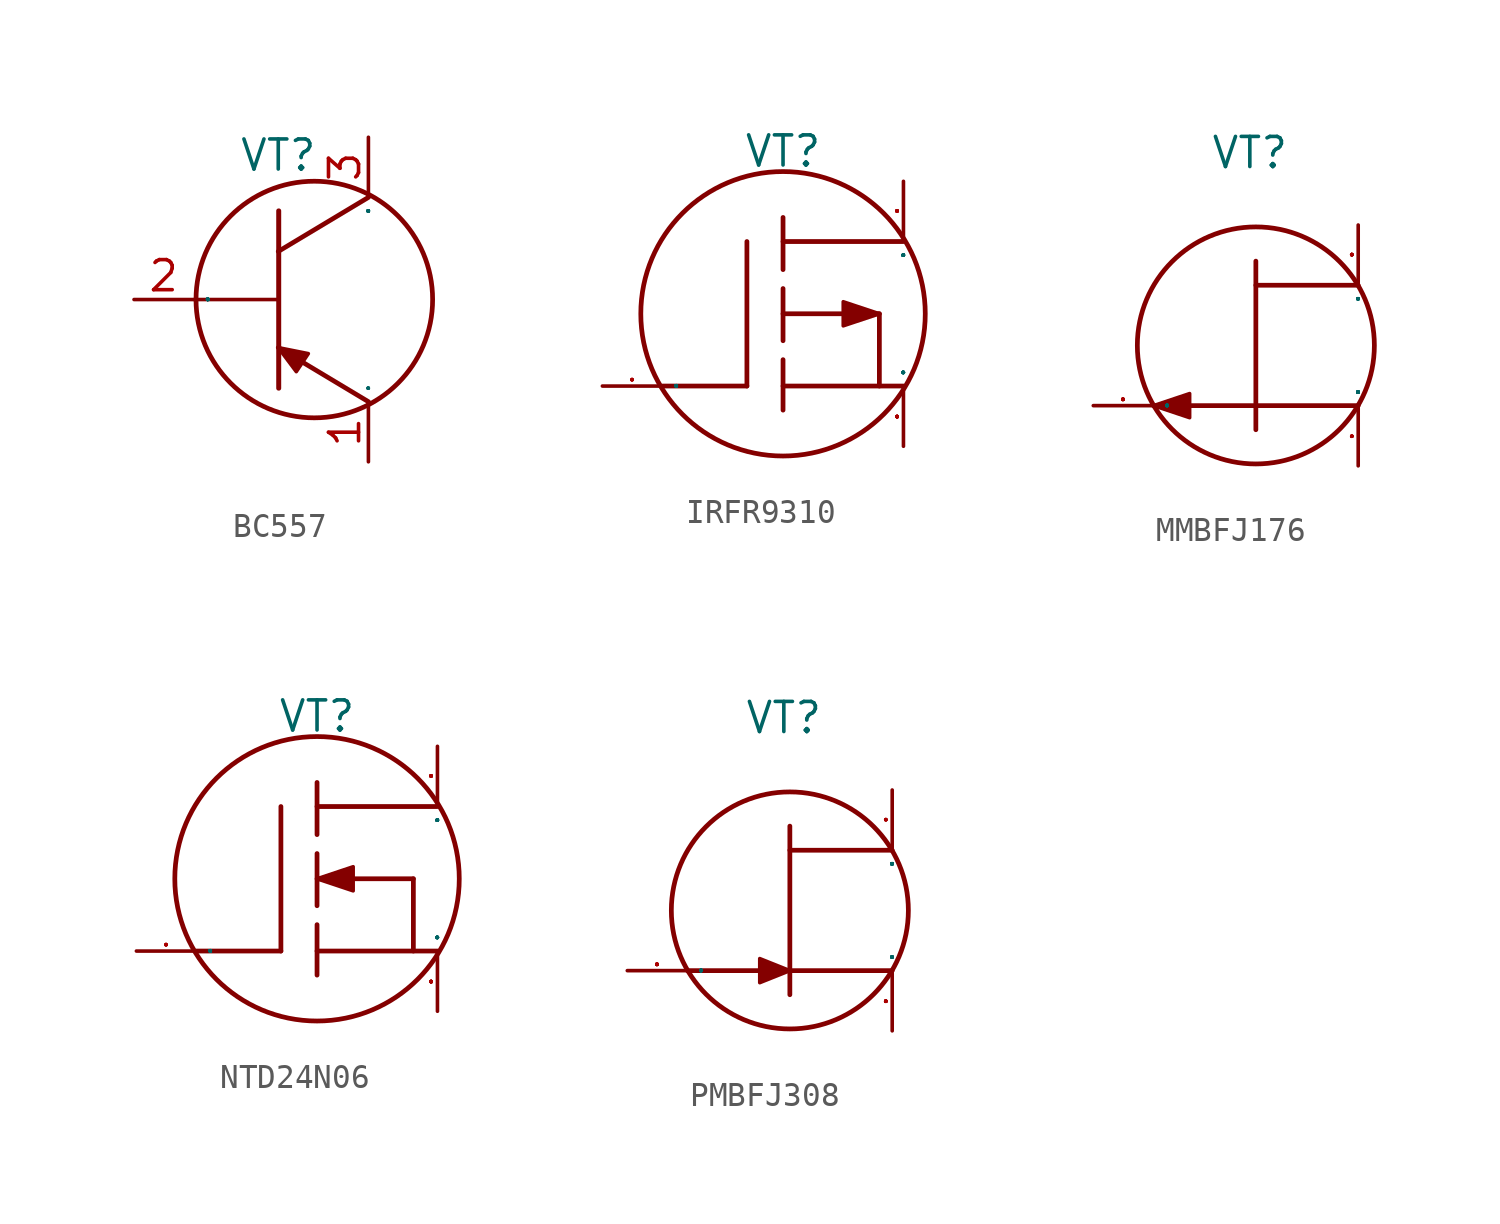
<source format=kicad_sym>
(kicad_symbol_lib
  (version 20231120)
  (generator "kicad_symbol_editor")
  (generator_version "8.0")
  (symbol "BC557"
    (property "Reference" "VT"
      (at -1.524 6.096 0)
      (effects (font (size 1.27 1.27))))
    (symbol "BC557_0_1"
      (rectangle (start -1.51 3.75) (end -1.5 -3.75) (stroke (width 0.2) (type default)) (fill (type none)))
      (polyline (pts (xy -5.08 0) (xy -1.524 0)) (stroke (width 0) (type default)) (fill (type none)))
      (polyline (pts (xy 2.286 -4.318) (xy -1.524 -2.032)) (stroke (width 0.2) (type default)) (fill (type none)))
      (polyline (pts (xy 2.286 4.318) (xy -1.524 2.032)) (stroke (width 0.2) (type default)) (fill (type none)))
      (polyline (pts (xy -1.524 -2.032) (xy -0.254 -2.286) (xy -0.762 -3.048) (xy -1.524 -2.032)) (stroke (width 0) (type default)) (fill (type outline)))
      (circle (center 0 0) (radius 5) (stroke (width 0.2) (type default)) (fill (type none))))
    (symbol "BC557_1_1"
      (pin passive line (at 2.286 -6.858 90) (length 2.5) (name "E" (effects (font (size 0.01 0.01)))) (number "1" (effects (font (size 1.27 1.27)))))
      (pin input line (at -7.62 0 0) (length 2.5) (name "B" (effects (font (size 0.01 0.01)))) (number "2" (effects (font (size 1.27 1.27)))))
      (pin passive line (at 2.286 6.858 270) (length 2.5) (name "C" (effects (font (size 0.01 0.01)))) (number "3" (effects (font (size 1.27 1.27)))))))
  (symbol "IRFR9310"
    (property "Reference" "VT"
      (at 0 6.858 0)
      (effects (font (size 1.27 1.27))))
    (symbol "IRFR9310_0_1"
      (polyline (pts (xy -1.524 -3.048) (xy -5.08 -3.048)) (stroke (width 0.2) (type default)) (fill (type none)))
      (polyline (pts (xy -1.524 3.048) (xy -1.524 -3.048)) (stroke (width 0.2) (type default)) (fill (type none)))
      (polyline (pts (xy 0 4.064) (xy 0 -4.064)) (stroke (width 0.2) (type dash)) (fill (type none)))
      (polyline (pts (xy 4.064 0) (xy 0 0)) (stroke (width 0.2) (type default)) (fill (type none)))
      (polyline (pts (xy 4.064 0) (xy 4.064 -3.048)) (stroke (width 0.2) (type default)) (fill (type none)))
      (polyline (pts (xy 5.08 -3.048) (xy 0 -3.048)) (stroke (width 0.2) (type default)) (fill (type none)))
      (polyline (pts (xy 5.08 3.048) (xy 0 3.048)) (stroke (width 0.2) (type default)) (fill (type none)))
      (polyline (pts (xy 4.064 0) (xy 2.54 0.508) (xy 2.54 -0.508) (xy 4.064 0)) (stroke (width 0) (type default)) (fill (type outline)))
      (circle (center 0 0) (radius 6) (stroke (width 0.2) (type default)) (fill (type none))))
    (symbol "IRFR9310_1_1"
      (pin passive line (at -7.62 -3.048 0) (length 2.5) (name "G" (effects (font (size 0.01 0.01)))) (number "1" (effects (font (size 0.01 0.01)))))
      (pin passive line (at 5.08 5.588 270) (length 2.5) (name "S" (effects (font (size 0.01 0.01)))) (number "2" (effects (font (size 0.01 0.01)))))
      (pin passive line (at 5.08 -5.588 90) (length 2.5) (name "D" (effects (font (size 0.01 0.01)))) (number "3" (effects (font (size 0.01 0.01)))))))
  (symbol "MMBFJ176"
    (property "Reference" "VT"
      (at -0.254 8.128 0)
      (effects (font (size 1.27 1.27))))
    (symbol "MMBFJ176_0_1"
      (polyline (pts (xy 0 3.556) (xy 0 -3.556)) (stroke (width 0.2) (type default)) (fill (type none)))
      (polyline (pts (xy 4.318 -2.54) (xy -4.318 -2.54)) (stroke (width 0.2) (type default)) (fill (type none)))
      (polyline (pts (xy 4.318 2.54) (xy 0 2.54)) (stroke (width 0.2) (type default)) (fill (type none)))
      (polyline (pts (xy -4.318 -2.54) (xy -2.794 -2.032) (xy -2.794 -3.048) (xy -4.318 -2.54)) (stroke (width 0) (type default)) (fill (type outline)))
      (circle (center 0 0) (radius 5) (stroke (width 0.2) (type default)) (fill (type none))))
    (symbol "MMBFJ176_1_1"
      (pin passive line (at 4.318 -5.08 90) (length 2.5) (name "S" (effects (font (size 0.01 0.01)))) (number "1" (effects (font (size 0.01 0.01)))))
      (pin passive line (at 4.318 5.08 270) (length 2.5) (name "D" (effects (font (size 0.01 0.01)))) (number "2" (effects (font (size 0.01 0.01)))))
      (pin passive line (at -6.858 -2.54 0) (length 2.5) (name "G" (effects (font (size 0.01 0.01)))) (number "3" (effects (font (size 0.01 0.01)))))))
  (symbol "NTD24N06"
    (property "Reference" "VT"
      (at 0 6.858 0)
      (effects (font (size 1.27 1.27))))
    (symbol "NTD24N06_0_1"
      (polyline (pts (xy -1.524 -3.048) (xy -5.08 -3.048)) (stroke (width 0.2) (type default)) (fill (type none)))
      (polyline (pts (xy -1.524 3.048) (xy -1.524 -3.048)) (stroke (width 0.2) (type default)) (fill (type none)))
      (polyline (pts (xy 0 4.064) (xy 0 -4.064)) (stroke (width 0.2) (type dash)) (fill (type none)))
      (polyline (pts (xy 4.064 0) (xy 0 0)) (stroke (width 0.2) (type default)) (fill (type none)))
      (polyline (pts (xy 4.064 0) (xy 4.064 -3.048)) (stroke (width 0.2) (type default)) (fill (type none)))
      (polyline (pts (xy 5.08 -3.048) (xy 0 -3.048)) (stroke (width 0.2) (type default)) (fill (type none)))
      (polyline (pts (xy 5.08 3.048) (xy 0 3.048)) (stroke (width 0.2) (type default)) (fill (type none)))
      (polyline (pts (xy 0 0) (xy 1.524 -0.508) (xy 1.524 0.508) (xy 0 0)) (stroke (width 0) (type default)) (fill (type outline)))
      (circle (center 0 0) (radius 6) (stroke (width 0.2) (type default)) (fill (type none))))
    (symbol "NTD24N06_1_1"
      (pin passive line (at -7.62 -3.048 0) (length 2.5) (name "G" (effects (font (size 0.01 0.01)))) (number "1" (effects (font (size 0.01 0.01)))))
      (pin passive line (at 5.08 5.588 270) (length 2.5) (name "S" (effects (font (size 0.01 0.01)))) (number "2" (effects (font (size 0.01 0.01)))))
      (pin passive line (at 5.08 -5.588 90) (length 2.5) (name "D" (effects (font (size 0.01 0.01)))) (number "3" (effects (font (size 0.01 0.01)))))))
  (symbol "PMBFJ308"
    (property "Reference" "VT"
      (at -0.254 8.128 0)
      (effects (font (size 1.27 1.27))))
    (symbol "PMBFJ308_0_1"
      (polyline (pts (xy 0 3.556) (xy 0 -3.556)) (stroke (width 0.2) (type default)) (fill (type none)))
      (polyline (pts (xy 4.318 -2.54) (xy -4.318 -2.54)) (stroke (width 0.2) (type default)) (fill (type none)))
      (polyline (pts (xy 4.318 2.54) (xy 0 2.54)) (stroke (width 0.2) (type default)) (fill (type none)))
      (polyline (pts (xy 0 -2.54) (xy -1.27 -2.032) (xy -1.27 -3.048) (xy 0 -2.54)) (stroke (width 0) (type default)) (fill (type outline)))
      (circle (center 0 0) (radius 5) (stroke (width 0.2) (type default)) (fill (type none))))
    (symbol "PMBFJ308_1_1"
      (pin passive line (at 4.318 5.08 270) (length 2.5) (name "S" (effects (font (size 0.01 0.01)))) (number "1" (effects (font (size 0.01 0.01)))))
      (pin passive line (at 4.318 -5.08 90) (length 2.5) (name "D" (effects (font (size 0.01 0.01)))) (number "2" (effects (font (size 0.01 0.01)))))
      (pin passive line (at -6.858 -2.54 0) (length 2.5) (name "G" (effects (font (size 0.01 0.01)))) (number "3" (effects (font (size 0.01 0.01))))))))
</source>
